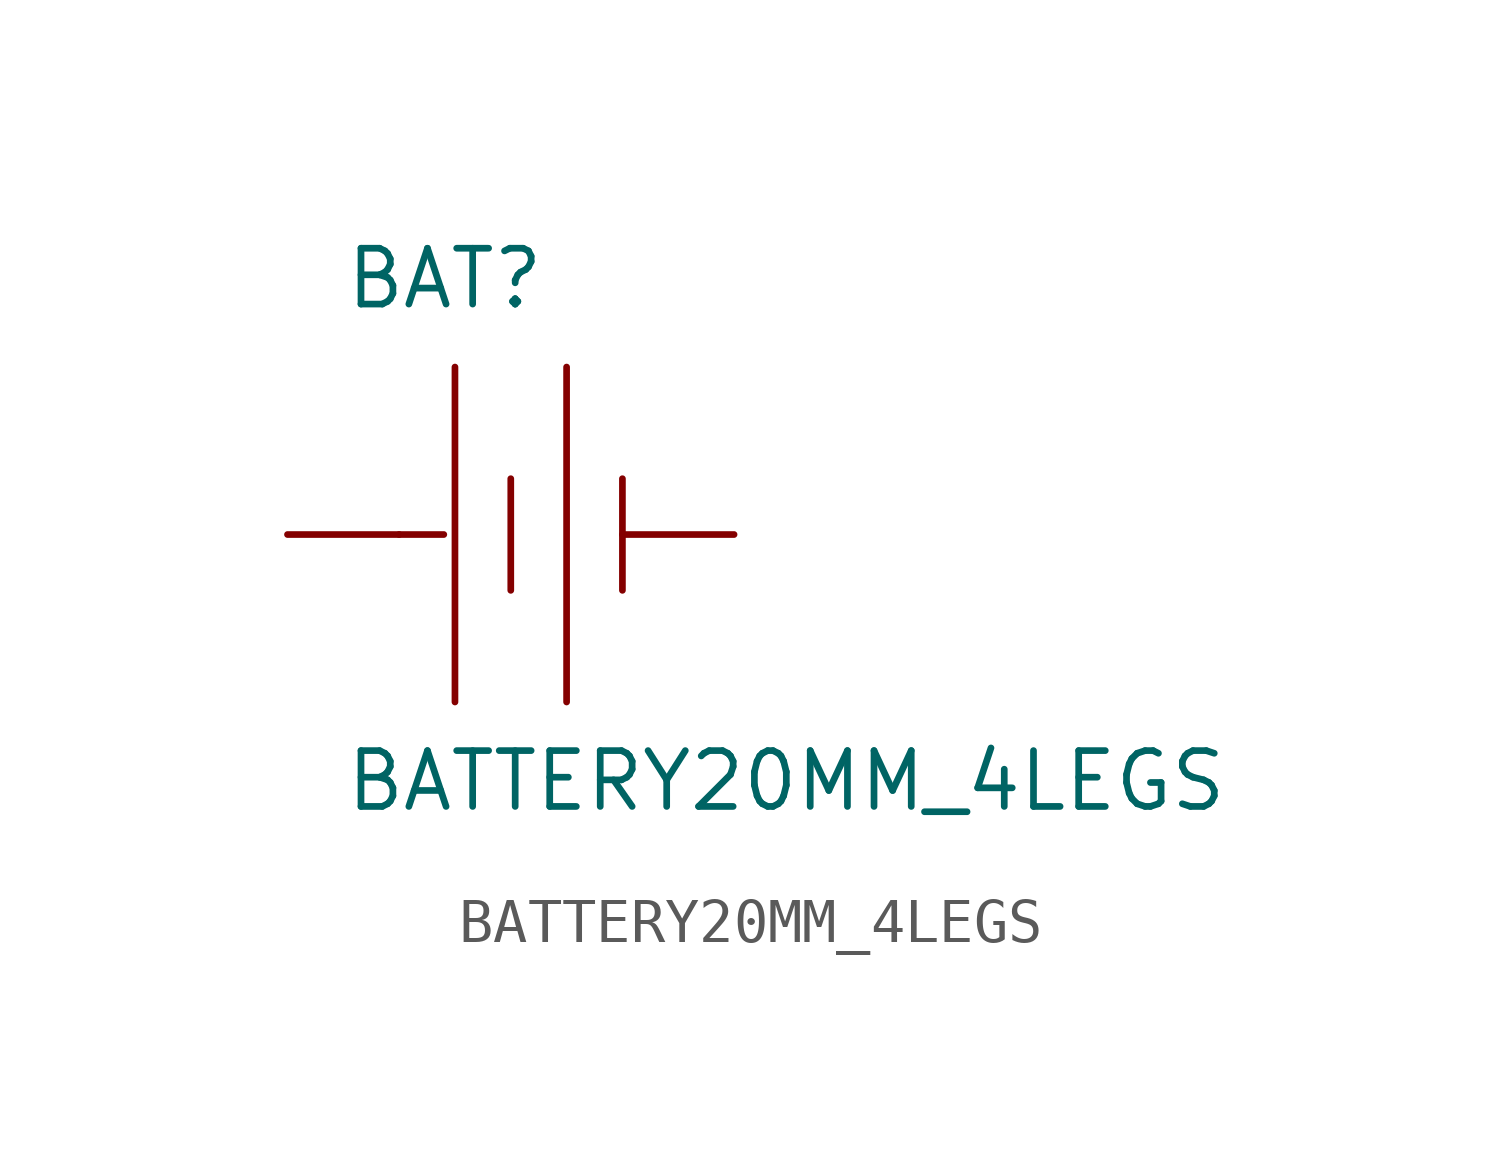
<source format=kicad_sym>
(kicad_symbol_lib
  (version 20211014)
  (generator kicad_symbol_editor)
  (symbol "BATTERY20MM_4LEGS"
    (pin_numbers hide)
    (pin_names
      (offset 1.016) hide)
    (property "Reference" "BAT"
      (at -3.81 5.08 0)
      (effects (font (size 1.27 1.27)) (justify left bottom)))
    (property "Value" "BATTERY20MM_4LEGS"
      (at -3.81 -6.35 0)
      (effects (font (size 1.27 1.27)) (justify left bottom)))
    (property "ki_locked" ""
      (at 0 0 0)
      (effects (font (size 1.27 1.27))))
    (symbol "BATTERY20MM_4LEGS_1_0"
      (polyline (pts (xy -2.54 0) (xy -1.524 0)) (stroke (width 0) (type default) (color 0 0 0 0)) (fill (type none)))
      (polyline (pts (xy -1.27 3.81) (xy -1.27 -3.81)) (stroke (width 0) (type default) (color 0 0 0 0)) (fill (type none)))
      (polyline (pts (xy 0 1.27) (xy 0 -1.27)) (stroke (width 0) (type default) (color 0 0 0 0)) (fill (type none)))
      (polyline (pts (xy 1.27 3.81) (xy 1.27 -3.81)) (stroke (width 0) (type default) (color 0 0 0 0)) (fill (type none)))
      (polyline (pts (xy 2.54 1.27) (xy 2.54 -1.27)) (stroke (width 0) (type default) (color 0 0 0 0)) (fill (type none))))
    (symbol "BATTERY20MM_4LEGS_1_1"
      (pin power_in line (at 5.08 0 180) (length 2.54) (name "-" (effects (font (size 1.016 1.016)))) (number "NEGATIVE" (effects (font (size 1.016 1.016)))))
      (pin power_in line (at -5.08 0 0) (length 2.54) (name "+" (effects (font (size 1.016 1.016)))) (number "POSITIVE@1" (effects (font (size 1.016 1.016)))))
      (pin power_in line (at -5.08 0 0) (length 2.54) hide (name "+" (effects (font (size 1.016 1.016)))) (number "POSITIVE@2" (effects (font (size 1.016 1.016)))))
      (pin power_in line (at -5.08 0 0) (length 2.54) hide (name "+" (effects (font (size 1.016 1.016)))) (number "POSITIVE@3" (effects (font (size 1.016 1.016)))))
      (pin power_in line (at -5.08 0 0) (length 2.54) hide (name "+" (effects (font (size 1.016 1.016)))) (number "POSITIVE@4" (effects (font (size 1.016 1.016))))))))
</source>
